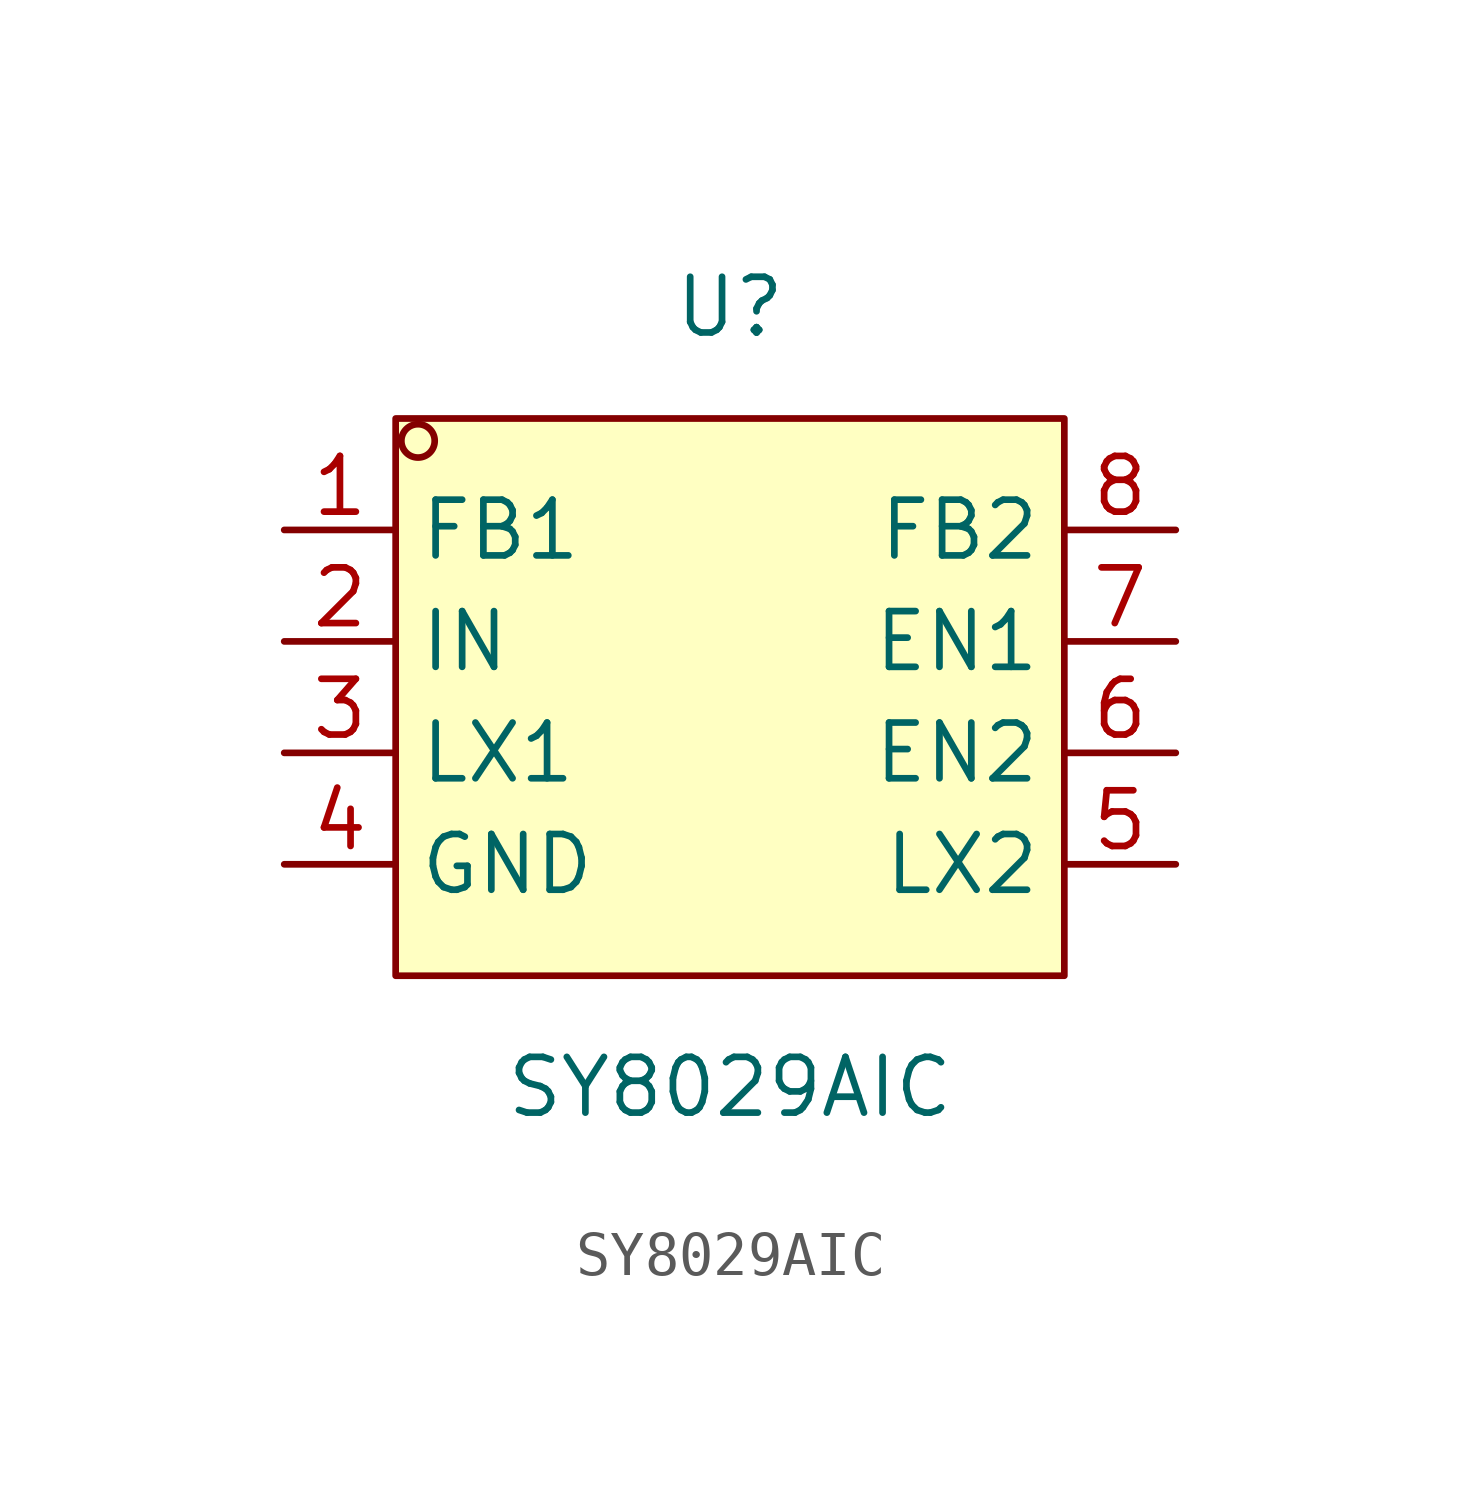
<source format=kicad_sym>
(kicad_symbol_lib
  (version 20211014)
  (generator https://github.com/uPesy/easyeda2kicad.py)
  (symbol "SY8029AIC"
    (property "Reference" "U"
      (at 0 8.89 0)
      (effects (font (size 1.27 1.27))))
    (property "Value" "SY8029AIC"
      (at 0 -8.89 0)
      (effects (font (size 1.27 1.27))))
    (symbol "SY8029AIC_0_1"
      (rectangle (start -7.62 6.35) (end 7.62 -6.35) (stroke (width 0) (type default) (color 0 0 0 0)) (fill (type background)))
      (circle (center -7.11 5.84) (radius 0.38) (stroke (width 0) (type default) (color 0 0 0 0)) (fill (type none)))
      (pin unspecified line (at -10.16 3.81 0) (length 2.54) (name "FB1" (effects (font (size 1.27 1.27)))) (number "1" (effects (font (size 1.27 1.27)))))
      (pin unspecified line (at -10.16 1.27 0) (length 2.54) (name "IN" (effects (font (size 1.27 1.27)))) (number "2" (effects (font (size 1.27 1.27)))))
      (pin unspecified line (at -10.16 -1.27 0) (length 2.54) (name "LX1" (effects (font (size 1.27 1.27)))) (number "3" (effects (font (size 1.27 1.27)))))
      (pin unspecified line (at -10.16 -3.81 0) (length 2.54) (name "GND" (effects (font (size 1.27 1.27)))) (number "4" (effects (font (size 1.27 1.27)))))
      (pin unspecified line (at 10.16 -3.81 180) (length 2.54) (name "LX2" (effects (font (size 1.27 1.27)))) (number "5" (effects (font (size 1.27 1.27)))))
      (pin unspecified line (at 10.16 -1.27 180) (length 2.54) (name "EN2" (effects (font (size 1.27 1.27)))) (number "6" (effects (font (size 1.27 1.27)))))
      (pin unspecified line (at 10.16 1.27 180) (length 2.54) (name "EN1" (effects (font (size 1.27 1.27)))) (number "7" (effects (font (size 1.27 1.27)))))
      (pin unspecified line (at 10.16 3.81 180) (length 2.54) (name "FB2" (effects (font (size 1.27 1.27)))) (number "8" (effects (font (size 1.27 1.27))))))))
</source>
